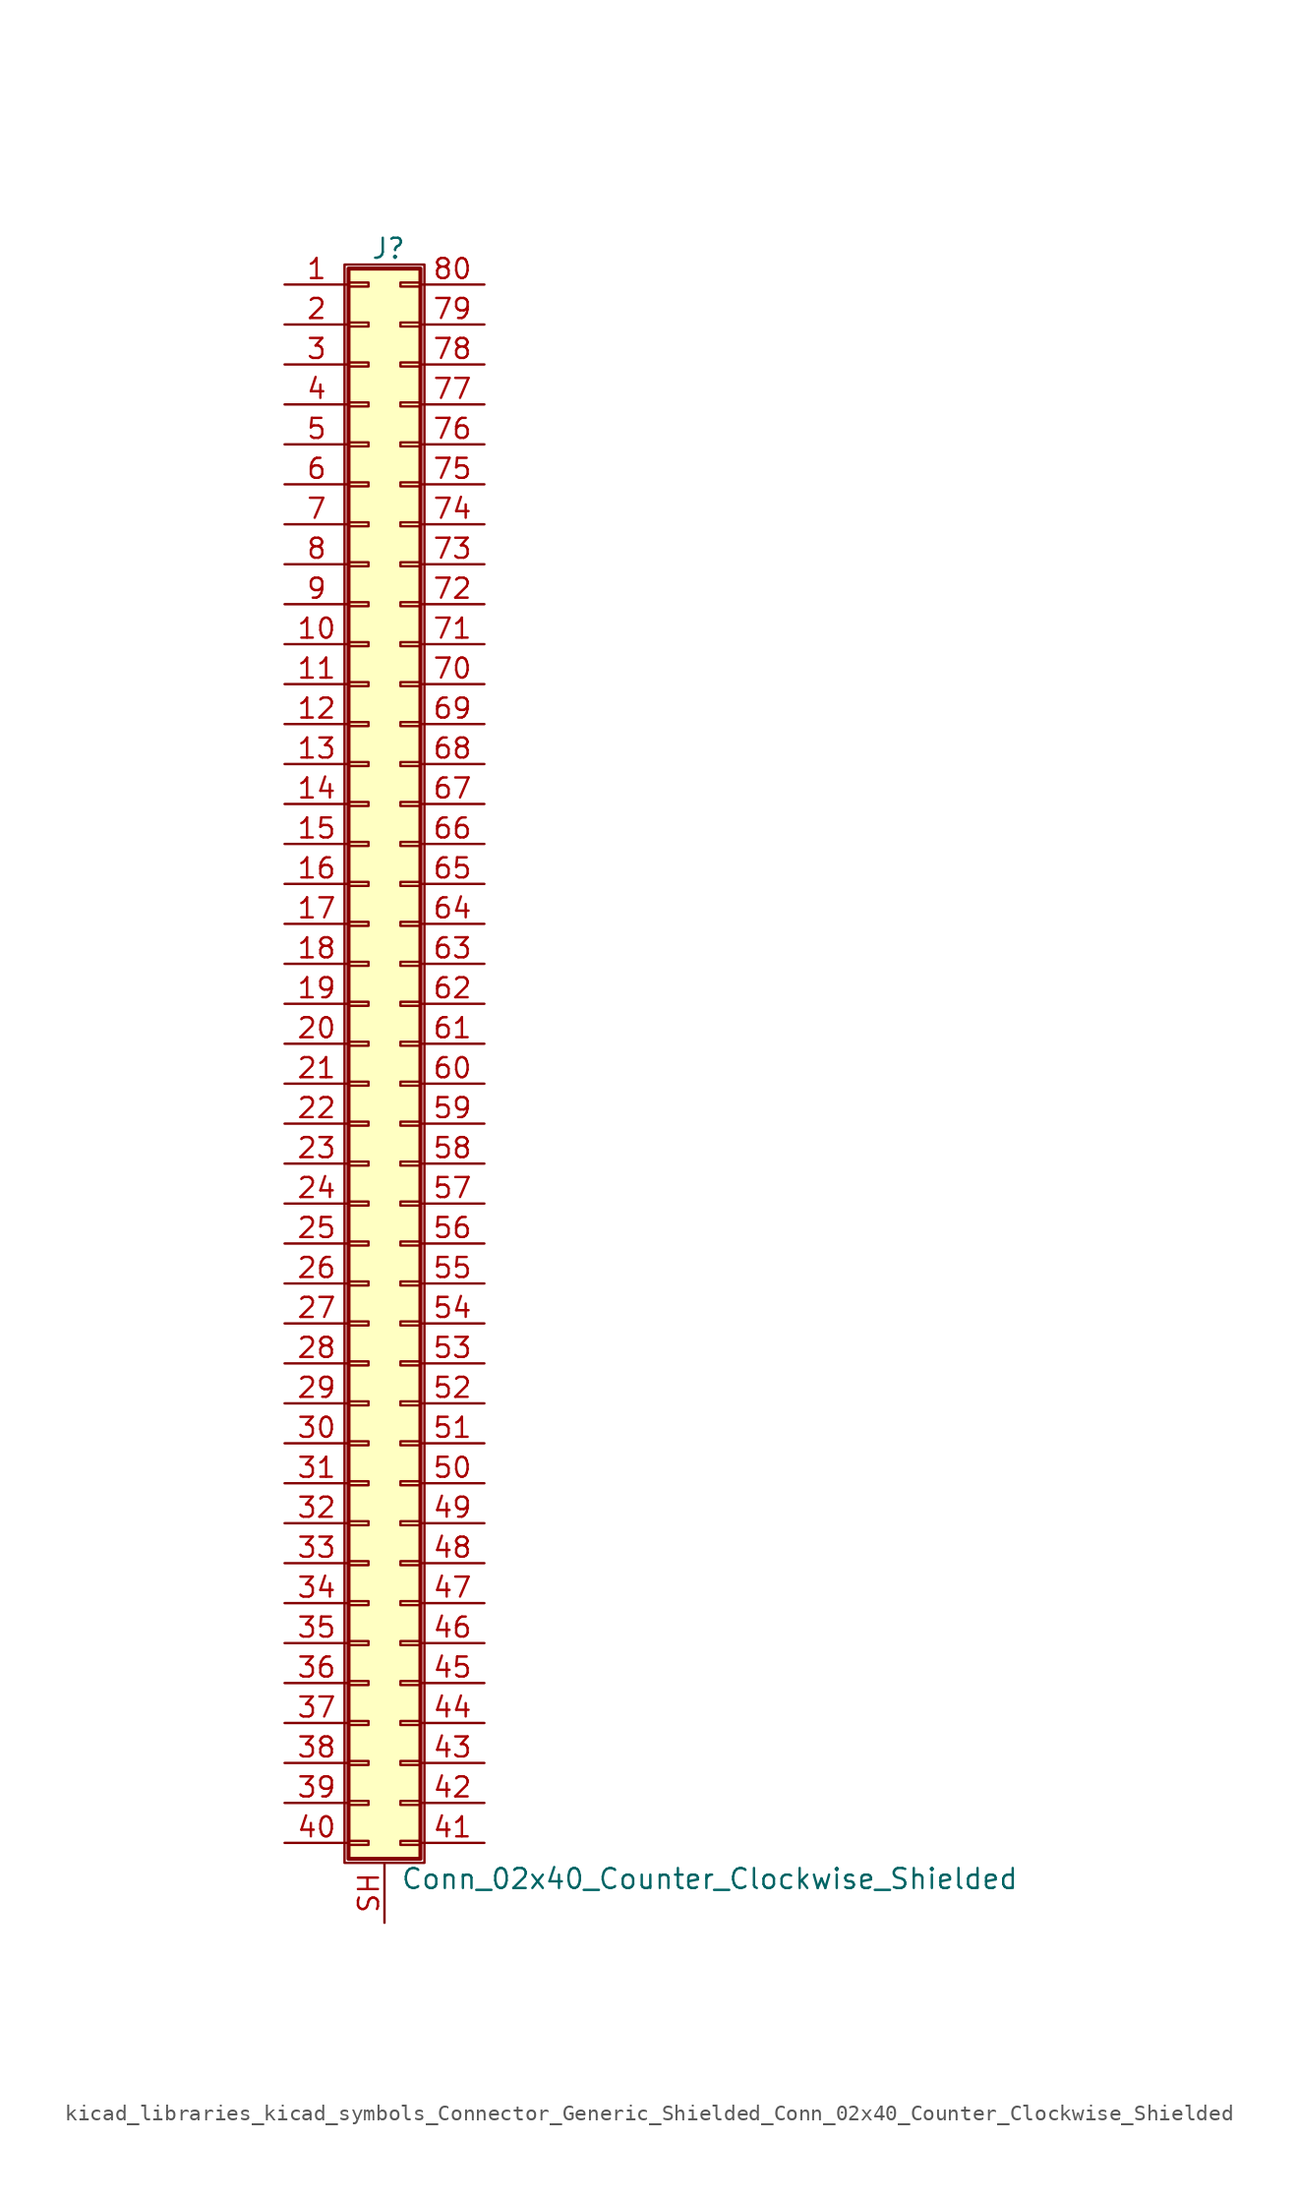
<source format=kicad_sym>
(kicad_symbol_lib
  (version 20220914)
  (generator kicad_symbol_editor)
  (symbol "kicad_libraries_kicad_symbols_Connector_Generic_Shielded_Conn_02x40_Counter_Clockwise_Shielded"
    (pin_names
      (offset 1.016) hide)
    (property "Reference" "J"
      (at 1.524 50.546 0)
      (effects (font (size 1.27 1.27))))
    (property "Value" "Conn_02x40_Counter_Clockwise_Shielded"
      (at 2.286 -53.086 0)
      (effects (font (size 1.27 1.27)) (justify left)))
    (symbol "kicad_libraries_kicad_symbols_Connector_Generic_Shielded_Conn_02x40_Counter_Clockwise_Shielded_1_1"
      (rectangle (start -1.27 49.53) (end 3.81 -52.07) (stroke (width 0.152) (type default)) (fill (type none)))
      (rectangle (start -1.016 -50.673) (end 0.254 -50.927) (stroke (width 0.152) (type default)) (fill (type none)))
      (rectangle (start -1.016 -48.133) (end 0.254 -48.387) (stroke (width 0.152) (type default)) (fill (type none)))
      (rectangle (start -1.016 -45.593) (end 0.254 -45.847) (stroke (width 0.152) (type default)) (fill (type none)))
      (rectangle (start -1.016 -43.053) (end 0.254 -43.307) (stroke (width 0.152) (type default)) (fill (type none)))
      (rectangle (start -1.016 -40.513) (end 0.254 -40.767) (stroke (width 0.152) (type default)) (fill (type none)))
      (rectangle (start -1.016 -37.973) (end 0.254 -38.227) (stroke (width 0.152) (type default)) (fill (type none)))
      (rectangle (start -1.016 -35.433) (end 0.254 -35.687) (stroke (width 0.152) (type default)) (fill (type none)))
      (rectangle (start -1.016 -32.893) (end 0.254 -33.147) (stroke (width 0.152) (type default)) (fill (type none)))
      (rectangle (start -1.016 -30.353) (end 0.254 -30.607) (stroke (width 0.152) (type default)) (fill (type none)))
      (rectangle (start -1.016 -27.813) (end 0.254 -28.067) (stroke (width 0.152) (type default)) (fill (type none)))
      (rectangle (start -1.016 -25.273) (end 0.254 -25.527) (stroke (width 0.152) (type default)) (fill (type none)))
      (rectangle (start -1.016 -22.733) (end 0.254 -22.987) (stroke (width 0.152) (type default)) (fill (type none)))
      (rectangle (start -1.016 -20.193) (end 0.254 -20.447) (stroke (width 0.152) (type default)) (fill (type none)))
      (rectangle (start -1.016 -17.653) (end 0.254 -17.907) (stroke (width 0.152) (type default)) (fill (type none)))
      (rectangle (start -1.016 -15.113) (end 0.254 -15.367) (stroke (width 0.152) (type default)) (fill (type none)))
      (rectangle (start -1.016 -12.573) (end 0.254 -12.827) (stroke (width 0.152) (type default)) (fill (type none)))
      (rectangle (start -1.016 -10.033) (end 0.254 -10.287) (stroke (width 0.152) (type default)) (fill (type none)))
      (rectangle (start -1.016 -7.493) (end 0.254 -7.747) (stroke (width 0.152) (type default)) (fill (type none)))
      (rectangle (start -1.016 -4.953) (end 0.254 -5.207) (stroke (width 0.152) (type default)) (fill (type none)))
      (rectangle (start -1.016 -2.413) (end 0.254 -2.667) (stroke (width 0.152) (type default)) (fill (type none)))
      (rectangle (start -1.016 0.127) (end 0.254 -0.127) (stroke (width 0.152) (type default)) (fill (type none)))
      (rectangle (start -1.016 2.667) (end 0.254 2.413) (stroke (width 0.152) (type default)) (fill (type none)))
      (rectangle (start -1.016 5.207) (end 0.254 4.953) (stroke (width 0.152) (type default)) (fill (type none)))
      (rectangle (start -1.016 7.747) (end 0.254 7.493) (stroke (width 0.152) (type default)) (fill (type none)))
      (rectangle (start -1.016 10.287) (end 0.254 10.033) (stroke (width 0.152) (type default)) (fill (type none)))
      (rectangle (start -1.016 12.827) (end 0.254 12.573) (stroke (width 0.152) (type default)) (fill (type none)))
      (rectangle (start -1.016 15.367) (end 0.254 15.113) (stroke (width 0.152) (type default)) (fill (type none)))
      (rectangle (start -1.016 17.907) (end 0.254 17.653) (stroke (width 0.152) (type default)) (fill (type none)))
      (rectangle (start -1.016 20.447) (end 0.254 20.193) (stroke (width 0.152) (type default)) (fill (type none)))
      (rectangle (start -1.016 22.987) (end 0.254 22.733) (stroke (width 0.152) (type default)) (fill (type none)))
      (rectangle (start -1.016 25.527) (end 0.254 25.273) (stroke (width 0.152) (type default)) (fill (type none)))
      (rectangle (start -1.016 28.067) (end 0.254 27.813) (stroke (width 0.152) (type default)) (fill (type none)))
      (rectangle (start -1.016 30.607) (end 0.254 30.353) (stroke (width 0.152) (type default)) (fill (type none)))
      (rectangle (start -1.016 33.147) (end 0.254 32.893) (stroke (width 0.152) (type default)) (fill (type none)))
      (rectangle (start -1.016 35.687) (end 0.254 35.433) (stroke (width 0.152) (type default)) (fill (type none)))
      (rectangle (start -1.016 38.227) (end 0.254 37.973) (stroke (width 0.152) (type default)) (fill (type none)))
      (rectangle (start -1.016 40.767) (end 0.254 40.513) (stroke (width 0.152) (type default)) (fill (type none)))
      (rectangle (start -1.016 43.307) (end 0.254 43.053) (stroke (width 0.152) (type default)) (fill (type none)))
      (rectangle (start -1.016 45.847) (end 0.254 45.593) (stroke (width 0.152) (type default)) (fill (type none)))
      (rectangle (start -1.016 48.387) (end 0.254 48.133) (stroke (width 0.152) (type default)) (fill (type none)))
      (rectangle (start -1.016 49.276) (end 3.556 -51.816) (stroke (width 0.254) (type default)) (fill (type background)))
      (rectangle (start 3.556 -50.673) (end 2.286 -50.927) (stroke (width 0.152) (type default)) (fill (type none)))
      (rectangle (start 3.556 -48.133) (end 2.286 -48.387) (stroke (width 0.152) (type default)) (fill (type none)))
      (rectangle (start 3.556 -45.593) (end 2.286 -45.847) (stroke (width 0.152) (type default)) (fill (type none)))
      (rectangle (start 3.556 -43.053) (end 2.286 -43.307) (stroke (width 0.152) (type default)) (fill (type none)))
      (rectangle (start 3.556 -40.513) (end 2.286 -40.767) (stroke (width 0.152) (type default)) (fill (type none)))
      (rectangle (start 3.556 -37.973) (end 2.286 -38.227) (stroke (width 0.152) (type default)) (fill (type none)))
      (rectangle (start 3.556 -35.433) (end 2.286 -35.687) (stroke (width 0.152) (type default)) (fill (type none)))
      (rectangle (start 3.556 -32.893) (end 2.286 -33.147) (stroke (width 0.152) (type default)) (fill (type none)))
      (rectangle (start 3.556 -30.353) (end 2.286 -30.607) (stroke (width 0.152) (type default)) (fill (type none)))
      (rectangle (start 3.556 -27.813) (end 2.286 -28.067) (stroke (width 0.152) (type default)) (fill (type none)))
      (rectangle (start 3.556 -25.273) (end 2.286 -25.527) (stroke (width 0.152) (type default)) (fill (type none)))
      (rectangle (start 3.556 -22.733) (end 2.286 -22.987) (stroke (width 0.152) (type default)) (fill (type none)))
      (rectangle (start 3.556 -20.193) (end 2.286 -20.447) (stroke (width 0.152) (type default)) (fill (type none)))
      (rectangle (start 3.556 -17.653) (end 2.286 -17.907) (stroke (width 0.152) (type default)) (fill (type none)))
      (rectangle (start 3.556 -15.113) (end 2.286 -15.367) (stroke (width 0.152) (type default)) (fill (type none)))
      (rectangle (start 3.556 -12.573) (end 2.286 -12.827) (stroke (width 0.152) (type default)) (fill (type none)))
      (rectangle (start 3.556 -10.033) (end 2.286 -10.287) (stroke (width 0.152) (type default)) (fill (type none)))
      (rectangle (start 3.556 -7.493) (end 2.286 -7.747) (stroke (width 0.152) (type default)) (fill (type none)))
      (rectangle (start 3.556 -4.953) (end 2.286 -5.207) (stroke (width 0.152) (type default)) (fill (type none)))
      (rectangle (start 3.556 -2.413) (end 2.286 -2.667) (stroke (width 0.152) (type default)) (fill (type none)))
      (rectangle (start 3.556 0.127) (end 2.286 -0.127) (stroke (width 0.152) (type default)) (fill (type none)))
      (rectangle (start 3.556 2.667) (end 2.286 2.413) (stroke (width 0.152) (type default)) (fill (type none)))
      (rectangle (start 3.556 5.207) (end 2.286 4.953) (stroke (width 0.152) (type default)) (fill (type none)))
      (rectangle (start 3.556 7.747) (end 2.286 7.493) (stroke (width 0.152) (type default)) (fill (type none)))
      (rectangle (start 3.556 10.287) (end 2.286 10.033) (stroke (width 0.152) (type default)) (fill (type none)))
      (rectangle (start 3.556 12.827) (end 2.286 12.573) (stroke (width 0.152) (type default)) (fill (type none)))
      (rectangle (start 3.556 15.367) (end 2.286 15.113) (stroke (width 0.152) (type default)) (fill (type none)))
      (rectangle (start 3.556 17.907) (end 2.286 17.653) (stroke (width 0.152) (type default)) (fill (type none)))
      (rectangle (start 3.556 20.447) (end 2.286 20.193) (stroke (width 0.152) (type default)) (fill (type none)))
      (rectangle (start 3.556 22.987) (end 2.286 22.733) (stroke (width 0.152) (type default)) (fill (type none)))
      (rectangle (start 3.556 25.527) (end 2.286 25.273) (stroke (width 0.152) (type default)) (fill (type none)))
      (rectangle (start 3.556 28.067) (end 2.286 27.813) (stroke (width 0.152) (type default)) (fill (type none)))
      (rectangle (start 3.556 30.607) (end 2.286 30.353) (stroke (width 0.152) (type default)) (fill (type none)))
      (rectangle (start 3.556 33.147) (end 2.286 32.893) (stroke (width 0.152) (type default)) (fill (type none)))
      (rectangle (start 3.556 35.687) (end 2.286 35.433) (stroke (width 0.152) (type default)) (fill (type none)))
      (rectangle (start 3.556 38.227) (end 2.286 37.973) (stroke (width 0.152) (type default)) (fill (type none)))
      (rectangle (start 3.556 40.767) (end 2.286 40.513) (stroke (width 0.152) (type default)) (fill (type none)))
      (rectangle (start 3.556 43.307) (end 2.286 43.053) (stroke (width 0.152) (type default)) (fill (type none)))
      (rectangle (start 3.556 45.847) (end 2.286 45.593) (stroke (width 0.152) (type default)) (fill (type none)))
      (rectangle (start 3.556 48.387) (end 2.286 48.133) (stroke (width 0.152) (type default)) (fill (type none)))
      (pin passive line (at -5.08 48.26 0) (length 4.064) (name "Pin_1" (effects (font (size 1.27 1.27)))) (number "1" (effects (font (size 1.27 1.27)))))
      (pin passive line (at -5.08 25.4 0) (length 4.064) (name "Pin_10" (effects (font (size 1.27 1.27)))) (number "10" (effects (font (size 1.27 1.27)))))
      (pin passive line (at -5.08 22.86 0) (length 4.064) (name "Pin_11" (effects (font (size 1.27 1.27)))) (number "11" (effects (font (size 1.27 1.27)))))
      (pin passive line (at -5.08 20.32 0) (length 4.064) (name "Pin_12" (effects (font (size 1.27 1.27)))) (number "12" (effects (font (size 1.27 1.27)))))
      (pin passive line (at -5.08 17.78 0) (length 4.064) (name "Pin_13" (effects (font (size 1.27 1.27)))) (number "13" (effects (font (size 1.27 1.27)))))
      (pin passive line (at -5.08 15.24 0) (length 4.064) (name "Pin_14" (effects (font (size 1.27 1.27)))) (number "14" (effects (font (size 1.27 1.27)))))
      (pin passive line (at -5.08 12.7 0) (length 4.064) (name "Pin_15" (effects (font (size 1.27 1.27)))) (number "15" (effects (font (size 1.27 1.27)))))
      (pin passive line (at -5.08 10.16 0) (length 4.064) (name "Pin_16" (effects (font (size 1.27 1.27)))) (number "16" (effects (font (size 1.27 1.27)))))
      (pin passive line (at -5.08 7.62 0) (length 4.064) (name "Pin_17" (effects (font (size 1.27 1.27)))) (number "17" (effects (font (size 1.27 1.27)))))
      (pin passive line (at -5.08 5.08 0) (length 4.064) (name "Pin_18" (effects (font (size 1.27 1.27)))) (number "18" (effects (font (size 1.27 1.27)))))
      (pin passive line (at -5.08 2.54 0) (length 4.064) (name "Pin_19" (effects (font (size 1.27 1.27)))) (number "19" (effects (font (size 1.27 1.27)))))
      (pin passive line (at -5.08 45.72 0) (length 4.064) (name "Pin_2" (effects (font (size 1.27 1.27)))) (number "2" (effects (font (size 1.27 1.27)))))
      (pin passive line (at -5.08 0 0) (length 4.064) (name "Pin_20" (effects (font (size 1.27 1.27)))) (number "20" (effects (font (size 1.27 1.27)))))
      (pin passive line (at -5.08 -2.54 0) (length 4.064) (name "Pin_21" (effects (font (size 1.27 1.27)))) (number "21" (effects (font (size 1.27 1.27)))))
      (pin passive line (at -5.08 -5.08 0) (length 4.064) (name "Pin_22" (effects (font (size 1.27 1.27)))) (number "22" (effects (font (size 1.27 1.27)))))
      (pin passive line (at -5.08 -7.62 0) (length 4.064) (name "Pin_23" (effects (font (size 1.27 1.27)))) (number "23" (effects (font (size 1.27 1.27)))))
      (pin passive line (at -5.08 -10.16 0) (length 4.064) (name "Pin_24" (effects (font (size 1.27 1.27)))) (number "24" (effects (font (size 1.27 1.27)))))
      (pin passive line (at -5.08 -12.7 0) (length 4.064) (name "Pin_25" (effects (font (size 1.27 1.27)))) (number "25" (effects (font (size 1.27 1.27)))))
      (pin passive line (at -5.08 -15.24 0) (length 4.064) (name "Pin_26" (effects (font (size 1.27 1.27)))) (number "26" (effects (font (size 1.27 1.27)))))
      (pin passive line (at -5.08 -17.78 0) (length 4.064) (name "Pin_27" (effects (font (size 1.27 1.27)))) (number "27" (effects (font (size 1.27 1.27)))))
      (pin passive line (at -5.08 -20.32 0) (length 4.064) (name "Pin_28" (effects (font (size 1.27 1.27)))) (number "28" (effects (font (size 1.27 1.27)))))
      (pin passive line (at -5.08 -22.86 0) (length 4.064) (name "Pin_29" (effects (font (size 1.27 1.27)))) (number "29" (effects (font (size 1.27 1.27)))))
      (pin passive line (at -5.08 43.18 0) (length 4.064) (name "Pin_3" (effects (font (size 1.27 1.27)))) (number "3" (effects (font (size 1.27 1.27)))))
      (pin passive line (at -5.08 -25.4 0) (length 4.064) (name "Pin_30" (effects (font (size 1.27 1.27)))) (number "30" (effects (font (size 1.27 1.27)))))
      (pin passive line (at -5.08 -27.94 0) (length 4.064) (name "Pin_31" (effects (font (size 1.27 1.27)))) (number "31" (effects (font (size 1.27 1.27)))))
      (pin passive line (at -5.08 -30.48 0) (length 4.064) (name "Pin_32" (effects (font (size 1.27 1.27)))) (number "32" (effects (font (size 1.27 1.27)))))
      (pin passive line (at -5.08 -33.02 0) (length 4.064) (name "Pin_33" (effects (font (size 1.27 1.27)))) (number "33" (effects (font (size 1.27 1.27)))))
      (pin passive line (at -5.08 -35.56 0) (length 4.064) (name "Pin_34" (effects (font (size 1.27 1.27)))) (number "34" (effects (font (size 1.27 1.27)))))
      (pin passive line (at -5.08 -38.1 0) (length 4.064) (name "Pin_35" (effects (font (size 1.27 1.27)))) (number "35" (effects (font (size 1.27 1.27)))))
      (pin passive line (at -5.08 -40.64 0) (length 4.064) (name "Pin_36" (effects (font (size 1.27 1.27)))) (number "36" (effects (font (size 1.27 1.27)))))
      (pin passive line (at -5.08 -43.18 0) (length 4.064) (name "Pin_37" (effects (font (size 1.27 1.27)))) (number "37" (effects (font (size 1.27 1.27)))))
      (pin passive line (at -5.08 -45.72 0) (length 4.064) (name "Pin_38" (effects (font (size 1.27 1.27)))) (number "38" (effects (font (size 1.27 1.27)))))
      (pin passive line (at -5.08 -48.26 0) (length 4.064) (name "Pin_39" (effects (font (size 1.27 1.27)))) (number "39" (effects (font (size 1.27 1.27)))))
      (pin passive line (at -5.08 40.64 0) (length 4.064) (name "Pin_4" (effects (font (size 1.27 1.27)))) (number "4" (effects (font (size 1.27 1.27)))))
      (pin passive line (at -5.08 -50.8 0) (length 4.064) (name "Pin_40" (effects (font (size 1.27 1.27)))) (number "40" (effects (font (size 1.27 1.27)))))
      (pin passive line (at 7.62 -50.8 180) (length 4.064) (name "Pin_41" (effects (font (size 1.27 1.27)))) (number "41" (effects (font (size 1.27 1.27)))))
      (pin passive line (at 7.62 -48.26 180) (length 4.064) (name "Pin_42" (effects (font (size 1.27 1.27)))) (number "42" (effects (font (size 1.27 1.27)))))
      (pin passive line (at 7.62 -45.72 180) (length 4.064) (name "Pin_43" (effects (font (size 1.27 1.27)))) (number "43" (effects (font (size 1.27 1.27)))))
      (pin passive line (at 7.62 -43.18 180) (length 4.064) (name "Pin_44" (effects (font (size 1.27 1.27)))) (number "44" (effects (font (size 1.27 1.27)))))
      (pin passive line (at 7.62 -40.64 180) (length 4.064) (name "Pin_45" (effects (font (size 1.27 1.27)))) (number "45" (effects (font (size 1.27 1.27)))))
      (pin passive line (at 7.62 -38.1 180) (length 4.064) (name "Pin_46" (effects (font (size 1.27 1.27)))) (number "46" (effects (font (size 1.27 1.27)))))
      (pin passive line (at 7.62 -35.56 180) (length 4.064) (name "Pin_47" (effects (font (size 1.27 1.27)))) (number "47" (effects (font (size 1.27 1.27)))))
      (pin passive line (at 7.62 -33.02 180) (length 4.064) (name "Pin_48" (effects (font (size 1.27 1.27)))) (number "48" (effects (font (size 1.27 1.27)))))
      (pin passive line (at 7.62 -30.48 180) (length 4.064) (name "Pin_49" (effects (font (size 1.27 1.27)))) (number "49" (effects (font (size 1.27 1.27)))))
      (pin passive line (at -5.08 38.1 0) (length 4.064) (name "Pin_5" (effects (font (size 1.27 1.27)))) (number "5" (effects (font (size 1.27 1.27)))))
      (pin passive line (at 7.62 -27.94 180) (length 4.064) (name "Pin_50" (effects (font (size 1.27 1.27)))) (number "50" (effects (font (size 1.27 1.27)))))
      (pin passive line (at 7.62 -25.4 180) (length 4.064) (name "Pin_51" (effects (font (size 1.27 1.27)))) (number "51" (effects (font (size 1.27 1.27)))))
      (pin passive line (at 7.62 -22.86 180) (length 4.064) (name "Pin_52" (effects (font (size 1.27 1.27)))) (number "52" (effects (font (size 1.27 1.27)))))
      (pin passive line (at 7.62 -20.32 180) (length 4.064) (name "Pin_53" (effects (font (size 1.27 1.27)))) (number "53" (effects (font (size 1.27 1.27)))))
      (pin passive line (at 7.62 -17.78 180) (length 4.064) (name "Pin_54" (effects (font (size 1.27 1.27)))) (number "54" (effects (font (size 1.27 1.27)))))
      (pin passive line (at 7.62 -15.24 180) (length 4.064) (name "Pin_55" (effects (font (size 1.27 1.27)))) (number "55" (effects (font (size 1.27 1.27)))))
      (pin passive line (at 7.62 -12.7 180) (length 4.064) (name "Pin_56" (effects (font (size 1.27 1.27)))) (number "56" (effects (font (size 1.27 1.27)))))
      (pin passive line (at 7.62 -10.16 180) (length 4.064) (name "Pin_57" (effects (font (size 1.27 1.27)))) (number "57" (effects (font (size 1.27 1.27)))))
      (pin passive line (at 7.62 -7.62 180) (length 4.064) (name "Pin_58" (effects (font (size 1.27 1.27)))) (number "58" (effects (font (size 1.27 1.27)))))
      (pin passive line (at 7.62 -5.08 180) (length 4.064) (name "Pin_59" (effects (font (size 1.27 1.27)))) (number "59" (effects (font (size 1.27 1.27)))))
      (pin passive line (at -5.08 35.56 0) (length 4.064) (name "Pin_6" (effects (font (size 1.27 1.27)))) (number "6" (effects (font (size 1.27 1.27)))))
      (pin passive line (at 7.62 -2.54 180) (length 4.064) (name "Pin_60" (effects (font (size 1.27 1.27)))) (number "60" (effects (font (size 1.27 1.27)))))
      (pin passive line (at 7.62 0 180) (length 4.064) (name "Pin_61" (effects (font (size 1.27 1.27)))) (number "61" (effects (font (size 1.27 1.27)))))
      (pin passive line (at 7.62 2.54 180) (length 4.064) (name "Pin_62" (effects (font (size 1.27 1.27)))) (number "62" (effects (font (size 1.27 1.27)))))
      (pin passive line (at 7.62 5.08 180) (length 4.064) (name "Pin_63" (effects (font (size 1.27 1.27)))) (number "63" (effects (font (size 1.27 1.27)))))
      (pin passive line (at 7.62 7.62 180) (length 4.064) (name "Pin_64" (effects (font (size 1.27 1.27)))) (number "64" (effects (font (size 1.27 1.27)))))
      (pin passive line (at 7.62 10.16 180) (length 4.064) (name "Pin_65" (effects (font (size 1.27 1.27)))) (number "65" (effects (font (size 1.27 1.27)))))
      (pin passive line (at 7.62 12.7 180) (length 4.064) (name "Pin_66" (effects (font (size 1.27 1.27)))) (number "66" (effects (font (size 1.27 1.27)))))
      (pin passive line (at 7.62 15.24 180) (length 4.064) (name "Pin_67" (effects (font (size 1.27 1.27)))) (number "67" (effects (font (size 1.27 1.27)))))
      (pin passive line (at 7.62 17.78 180) (length 4.064) (name "Pin_68" (effects (font (size 1.27 1.27)))) (number "68" (effects (font (size 1.27 1.27)))))
      (pin passive line (at 7.62 20.32 180) (length 4.064) (name "Pin_69" (effects (font (size 1.27 1.27)))) (number "69" (effects (font (size 1.27 1.27)))))
      (pin passive line (at -5.08 33.02 0) (length 4.064) (name "Pin_7" (effects (font (size 1.27 1.27)))) (number "7" (effects (font (size 1.27 1.27)))))
      (pin passive line (at 7.62 22.86 180) (length 4.064) (name "Pin_70" (effects (font (size 1.27 1.27)))) (number "70" (effects (font (size 1.27 1.27)))))
      (pin passive line (at 7.62 25.4 180) (length 4.064) (name "Pin_71" (effects (font (size 1.27 1.27)))) (number "71" (effects (font (size 1.27 1.27)))))
      (pin passive line (at 7.62 27.94 180) (length 4.064) (name "Pin_72" (effects (font (size 1.27 1.27)))) (number "72" (effects (font (size 1.27 1.27)))))
      (pin passive line (at 7.62 30.48 180) (length 4.064) (name "Pin_73" (effects (font (size 1.27 1.27)))) (number "73" (effects (font (size 1.27 1.27)))))
      (pin passive line (at 7.62 33.02 180) (length 4.064) (name "Pin_74" (effects (font (size 1.27 1.27)))) (number "74" (effects (font (size 1.27 1.27)))))
      (pin passive line (at 7.62 35.56 180) (length 4.064) (name "Pin_75" (effects (font (size 1.27 1.27)))) (number "75" (effects (font (size 1.27 1.27)))))
      (pin passive line (at 7.62 38.1 180) (length 4.064) (name "Pin_76" (effects (font (size 1.27 1.27)))) (number "76" (effects (font (size 1.27 1.27)))))
      (pin passive line (at 7.62 40.64 180) (length 4.064) (name "Pin_77" (effects (font (size 1.27 1.27)))) (number "77" (effects (font (size 1.27 1.27)))))
      (pin passive line (at 7.62 43.18 180) (length 4.064) (name "Pin_78" (effects (font (size 1.27 1.27)))) (number "78" (effects (font (size 1.27 1.27)))))
      (pin passive line (at 7.62 45.72 180) (length 4.064) (name "Pin_79" (effects (font (size 1.27 1.27)))) (number "79" (effects (font (size 1.27 1.27)))))
      (pin passive line (at -5.08 30.48 0) (length 4.064) (name "Pin_8" (effects (font (size 1.27 1.27)))) (number "8" (effects (font (size 1.27 1.27)))))
      (pin passive line (at 7.62 48.26 180) (length 4.064) (name "Pin_80" (effects (font (size 1.27 1.27)))) (number "80" (effects (font (size 1.27 1.27)))))
      (pin passive line (at -5.08 27.94 0) (length 4.064) (name "Pin_9" (effects (font (size 1.27 1.27)))) (number "9" (effects (font (size 1.27 1.27)))))
      (pin passive line (at 1.27 -55.88 90) (length 3.81) (name "Shield" (effects (font (size 1.27 1.27)))) (number "SH" (effects (font (size 1.27 1.27))))))))
</source>
